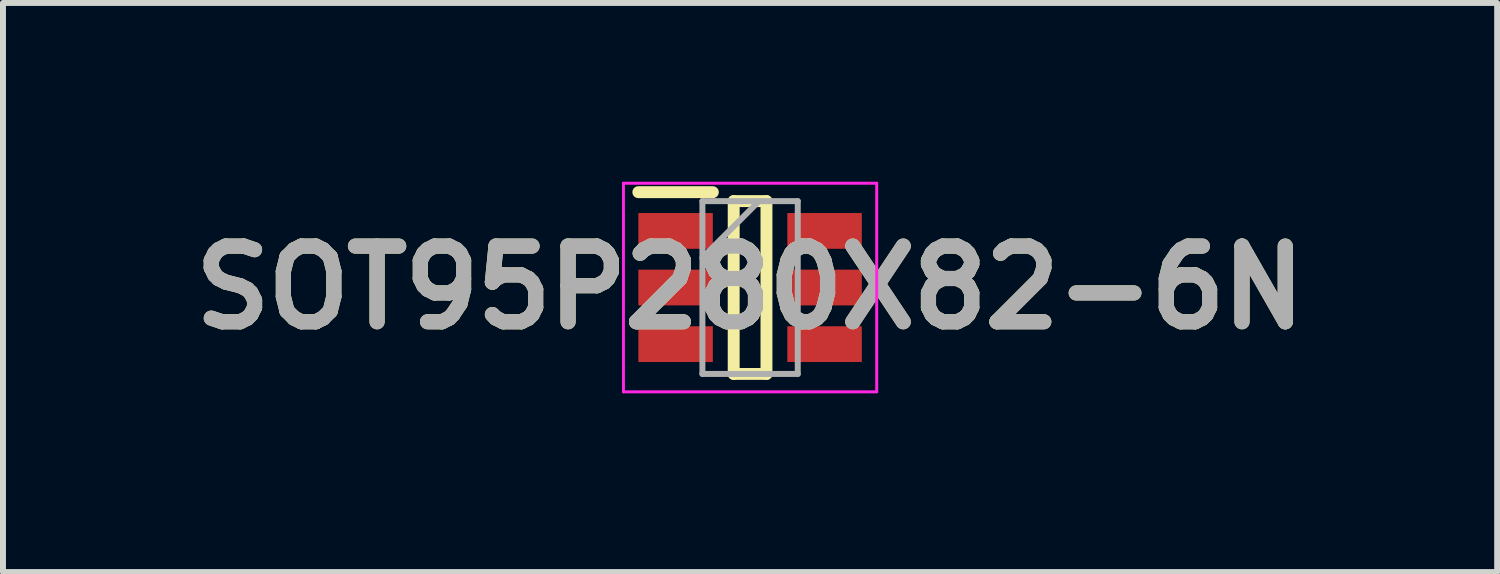
<source format=kicad_pcb>
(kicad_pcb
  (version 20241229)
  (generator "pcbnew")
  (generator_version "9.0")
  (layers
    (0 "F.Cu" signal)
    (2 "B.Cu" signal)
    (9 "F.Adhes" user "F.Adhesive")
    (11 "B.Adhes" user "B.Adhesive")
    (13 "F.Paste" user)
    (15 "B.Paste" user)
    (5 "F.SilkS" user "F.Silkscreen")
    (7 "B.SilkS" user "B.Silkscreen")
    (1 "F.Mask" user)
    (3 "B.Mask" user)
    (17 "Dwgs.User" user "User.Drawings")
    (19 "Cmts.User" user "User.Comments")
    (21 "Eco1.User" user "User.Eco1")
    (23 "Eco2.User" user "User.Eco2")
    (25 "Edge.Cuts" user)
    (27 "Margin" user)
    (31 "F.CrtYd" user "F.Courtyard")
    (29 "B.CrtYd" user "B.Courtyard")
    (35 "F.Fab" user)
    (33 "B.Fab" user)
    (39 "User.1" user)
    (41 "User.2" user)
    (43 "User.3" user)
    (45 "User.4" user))
  (footprint "SOT95P280X82-6N"
    (layer "F.Cu")
    (at 9.537 1.775)
    (property "Reference" "SOT95P280X82-6N" (at 0 0 0) (layer "F.SilkS") (effects (font (size 1.27 1.27) (thickness 0.254))))
    (attr smd)
    (fp_line (start -1.875 -1.6) (end -0.625 -1.6) (stroke (width 0.2) (type solid)) (layer "F.SilkS"))
    (fp_line (start -0.275 -1.45) (end 0.275 -1.45) (stroke (width 0.2) (type solid)) (layer "F.SilkS"))
    (fp_line (start -0.275 1.45) (end -0.275 -1.45) (stroke (width 0.2) (type solid)) (layer "F.SilkS"))
    (fp_line (start 0.275 -1.45) (end 0.275 1.45) (stroke (width 0.2) (type solid)) (layer "F.SilkS"))
    (fp_line (start 0.275 1.45) (end -0.275 1.45) (stroke (width 0.2) (type solid)) (layer "F.SilkS"))
    (fp_line (start -2.125 -1.75) (end 2.125 -1.75) (stroke (width 0.05) (type solid)) (layer "F.CrtYd"))
    (fp_line (start -2.125 1.75) (end -2.125 -1.75) (stroke (width 0.05) (type solid)) (layer "F.CrtYd"))
    (fp_line (start 2.125 -1.75) (end 2.125 1.75) (stroke (width 0.05) (type solid)) (layer "F.CrtYd"))
    (fp_line (start 2.125 1.75) (end -2.125 1.75) (stroke (width 0.05) (type solid)) (layer "F.CrtYd"))
    (fp_line (start -0.8 -1.45) (end 0.8 -1.45) (stroke (width 0.1) (type solid)) (layer "F.Fab"))
    (fp_line (start -0.8 -0.5) (end 0.15 -1.45) (stroke (width 0.1) (type solid)) (layer "F.Fab"))
    (fp_line (start -0.8 1.45) (end -0.8 -1.45) (stroke (width 0.1) (type solid)) (layer "F.Fab"))
    (fp_line (start 0.8 -1.45) (end 0.8 1.45) (stroke (width 0.1) (type solid)) (layer "F.Fab"))
    (fp_line (start 0.8 1.45) (end -0.8 1.45) (stroke (width 0.1) (type solid)) (layer "F.Fab"))
    (fp_text user "${REFERENCE}" (at 0 0 0) (layer "F.Fab") (effects (font (size 1.27 1.27) (thickness 0.254))))
    (pad "1" smd rect (at -1.25 -0.95 90) (size 0.6 1.25) (layers "F.Cu" "F.Mask" "F.Paste"))
    (pad "2" smd rect (at -1.25 0 90) (size 0.6 1.25) (layers "F.Cu" "F.Mask" "F.Paste"))
    (pad "3" smd rect (at -1.25 0.95 90) (size 0.6 1.25) (layers "F.Cu" "F.Mask" "F.Paste"))
    (pad "4" smd rect (at 1.25 0.95 90) (size 0.6 1.25) (layers "F.Cu" "F.Mask" "F.Paste"))
    (pad "5" smd rect (at 1.25 0 90) (size 0.6 1.25) (layers "F.Cu" "F.Mask" "F.Paste"))
    (pad "6" smd rect (at 1.25 -0.95 90) (size 0.6 1.25) (layers "F.Cu" "F.Mask" "F.Paste")))
  (gr_rect
    (start -3 -3)
    (end 22.074 6.55)
    (stroke (width 0.1) (type default))
    (fill no)
    (layer "Edge.Cuts")))
</source>
